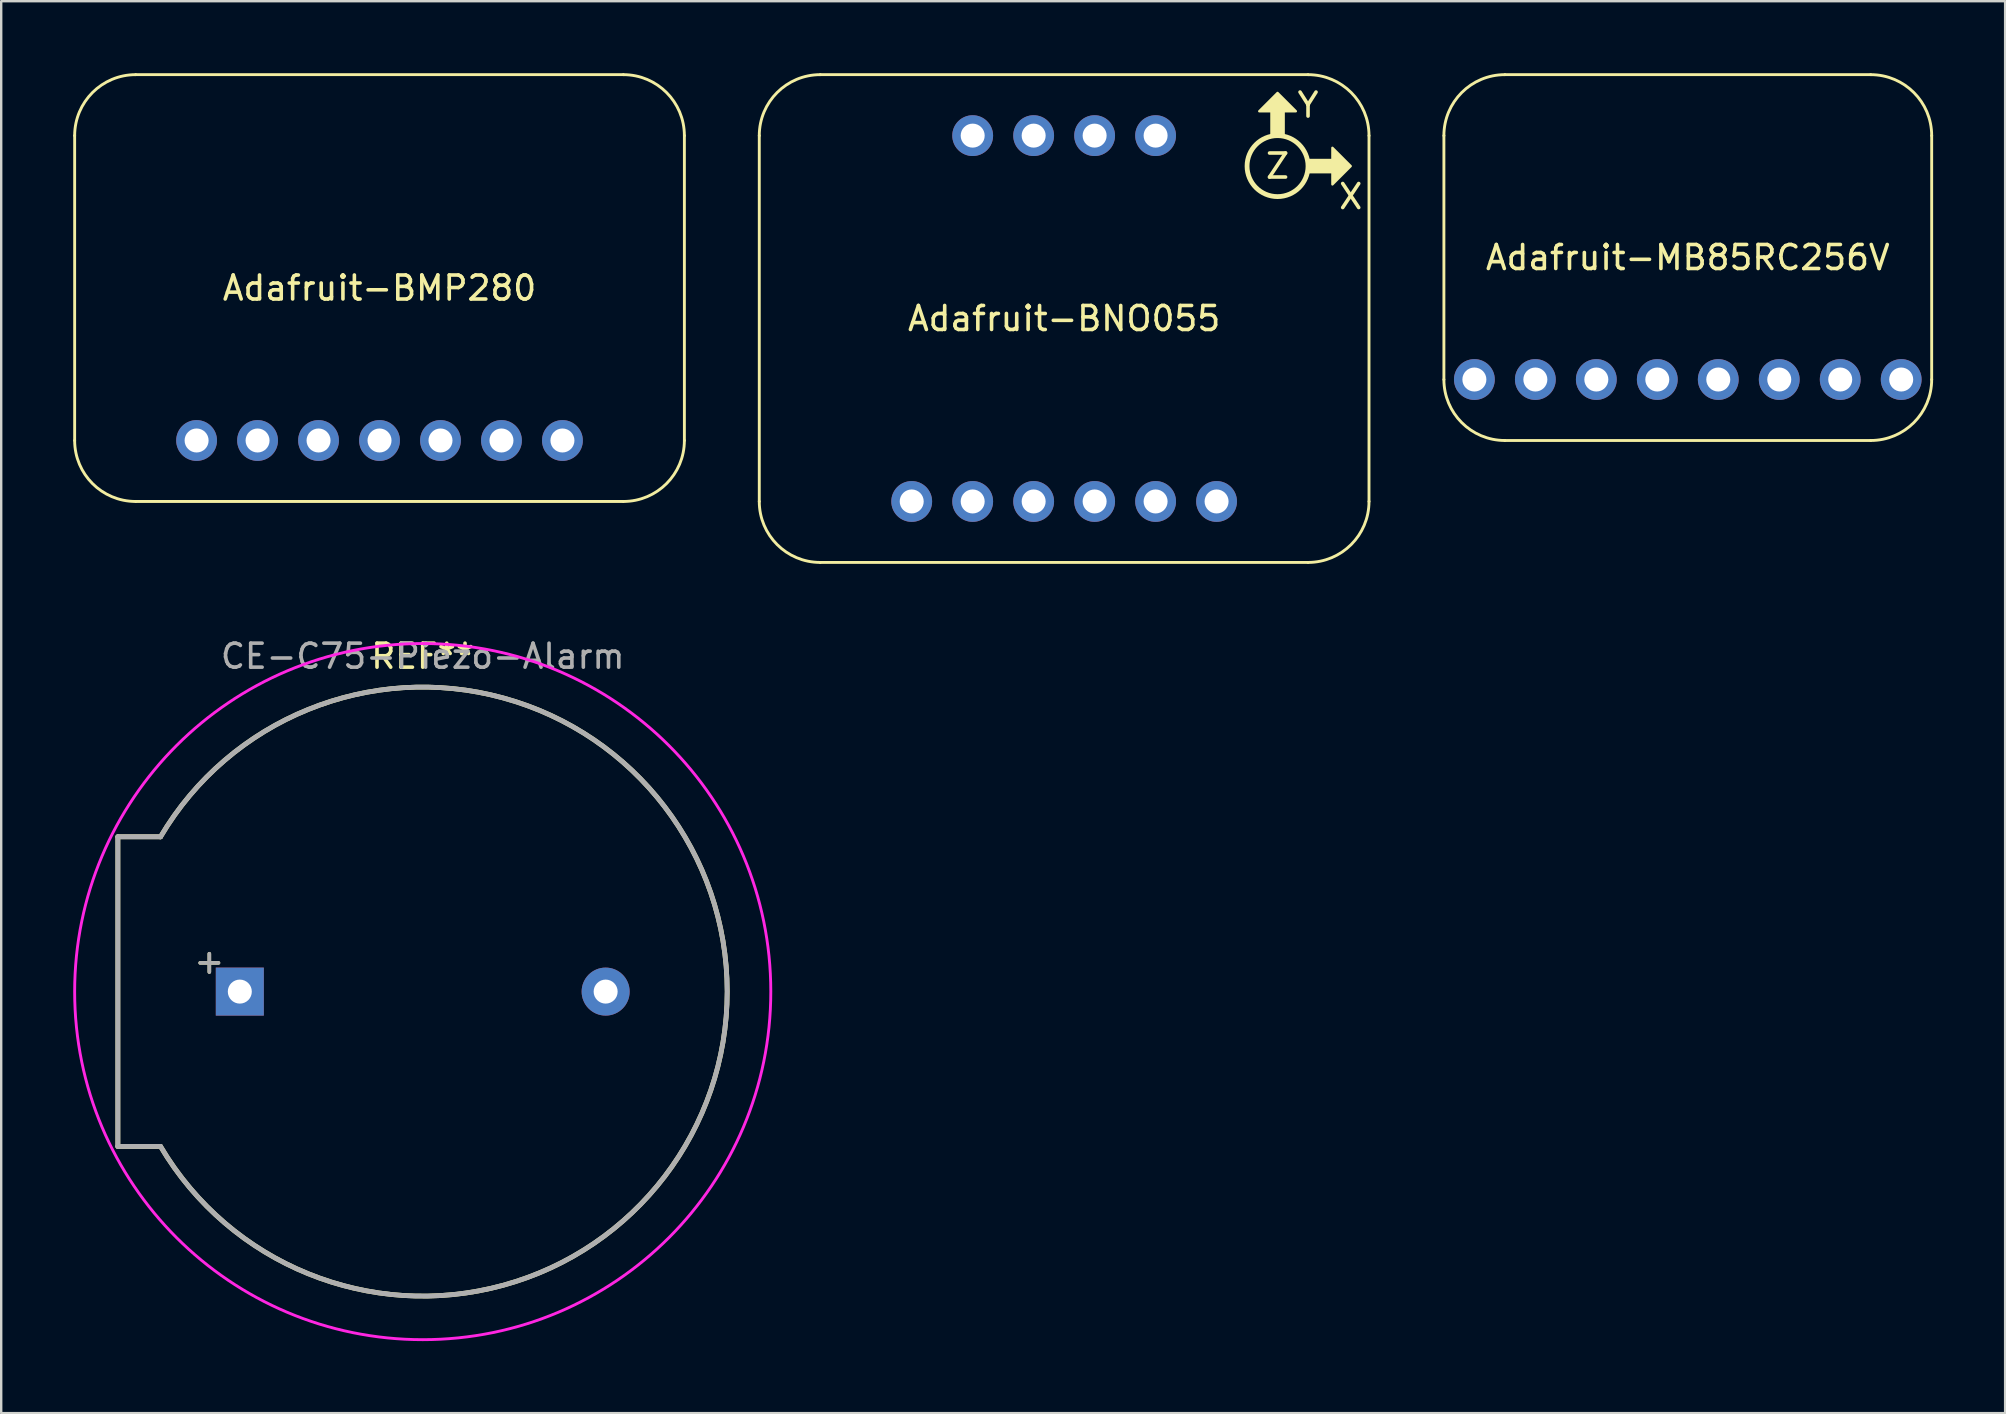
<source format=kicad_pcb>
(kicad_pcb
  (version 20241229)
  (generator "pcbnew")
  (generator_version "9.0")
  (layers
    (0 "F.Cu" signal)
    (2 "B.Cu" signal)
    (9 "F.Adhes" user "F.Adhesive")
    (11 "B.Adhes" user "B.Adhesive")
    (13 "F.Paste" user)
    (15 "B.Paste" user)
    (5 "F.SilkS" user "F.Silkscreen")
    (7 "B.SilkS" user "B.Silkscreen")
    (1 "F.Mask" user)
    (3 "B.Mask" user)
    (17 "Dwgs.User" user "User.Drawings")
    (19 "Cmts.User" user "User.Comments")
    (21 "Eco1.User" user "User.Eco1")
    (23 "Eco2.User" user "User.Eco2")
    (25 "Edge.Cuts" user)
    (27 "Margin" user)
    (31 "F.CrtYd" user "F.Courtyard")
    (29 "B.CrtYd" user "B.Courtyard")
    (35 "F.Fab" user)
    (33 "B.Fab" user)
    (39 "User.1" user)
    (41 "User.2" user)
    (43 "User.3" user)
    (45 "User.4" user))
  (footprint "Adafruit-MB85RC256V"
    (layer "F.Cu")
    (at 67.26 7.68)
    (property "Reference" "Adafruit-MB85RC256V" (at 0 0 0) (layer "F.SilkS") (effects (font (size 1 1) (thickness 0.15))))
    (attr through_hole)
    (fp_line (start -10.16 -5.08) (end -10.16 5.08) (stroke (width 0.12) (type solid)) (layer "F.SilkS"))
    (fp_line (start -7.62 -7.62) (end 7.62 -7.62) (stroke (width 0.12) (type solid)) (layer "F.SilkS"))
    (fp_line (start 7.62 7.62) (end -7.62 7.62) (stroke (width 0.12) (type solid)) (layer "F.SilkS"))
    (fp_line (start 10.16 -5.08) (end 10.16 5.08) (stroke (width 0.12) (type solid)) (layer "F.SilkS"))
    (fp_arc (start -10.16 -5.08) (mid -9.416051 -6.876051) (end -7.62 -7.62) (stroke (width 0.12) (type solid)) (layer "F.SilkS"))
    (fp_arc (start -7.62 7.62) (mid -9.416051 6.876051) (end -10.16 5.08) (stroke (width 0.12) (type solid)) (layer "F.SilkS"))
    (fp_arc (start 7.62 -7.62) (mid 9.416051 -6.876051) (end 10.16 -5.08) (stroke (width 0.12) (type solid)) (layer "F.SilkS"))
    (fp_arc (start 10.16 5.08) (mid 9.416051 6.876051) (end 7.62 7.62) (stroke (width 0.12) (type solid)) (layer "F.SilkS"))
    (pad "1" thru_hole circle (at -8.89 5.08) (size 1.7 1.7) (drill 1) (layers "*.Cu" "*.Mask"))
    (pad "2" thru_hole circle (at -6.35 5.08) (size 1.7 1.7) (drill 1) (layers "*.Cu" "*.Mask"))
    (pad "3" thru_hole circle (at -3.81 5.08) (size 1.7 1.7) (drill 1) (layers "*.Cu" "*.Mask"))
    (pad "4" thru_hole circle (at -1.27 5.08) (size 1.7 1.7) (drill 1) (layers "*.Cu" "*.Mask"))
    (pad "5" thru_hole circle (at 1.27 5.08) (size 1.7 1.7) (drill 1) (layers "*.Cu" "*.Mask"))
    (pad "6" thru_hole circle (at 3.81 5.08) (size 1.7 1.7) (drill 1) (layers "*.Cu" "*.Mask"))
    (pad "7" thru_hole circle (at 6.35 5.08) (size 1.7 1.7) (drill 1) (layers "*.Cu" "*.Mask"))
    (pad "8" thru_hole circle (at 8.89 5.08) (size 1.7 1.7) (drill 1) (layers "*.Cu" "*.Mask")))
  (footprint "Adafruit-BMP280"
    (layer "F.Cu")
    (at 12.76 8.95)
    (property "Reference" "Adafruit-BMP280" (at 0 0 0) (layer "F.SilkS") (effects (font (size 1 1) (thickness 0.15))))
    (attr through_hole)
    (fp_line (start -12.7 6.35) (end -12.7 -6.35) (stroke (width 0.12) (type solid)) (layer "F.SilkS"))
    (fp_line (start -10.16 -8.89) (end 10.16 -8.89) (stroke (width 0.12) (type solid)) (layer "F.SilkS"))
    (fp_line (start 10.16 8.89) (end -10.16 8.89) (stroke (width 0.12) (type solid)) (layer "F.SilkS"))
    (fp_line (start 12.7 -6.35) (end 12.7 6.35) (stroke (width 0.12) (type solid)) (layer "F.SilkS"))
    (fp_arc (start -12.7 -6.35) (mid -11.956051 -8.146051) (end -10.16 -8.89) (stroke (width 0.12) (type solid)) (layer "F.SilkS"))
    (fp_arc (start -10.16 8.89) (mid -11.956051 8.146051) (end -12.7 6.35) (stroke (width 0.12) (type solid)) (layer "F.SilkS"))
    (fp_arc (start 10.16 -8.89) (mid 11.956051 -8.146051) (end 12.7 -6.35) (stroke (width 0.12) (type solid)) (layer "F.SilkS"))
    (fp_arc (start 12.7 6.35) (mid 11.956051 8.146051) (end 10.16 8.89) (stroke (width 0.12) (type solid)) (layer "F.SilkS"))
    (pad "1" thru_hole oval (at -7.62 6.35 90) (size 1.7 1.7) (drill 1) (layers "*.Cu" "*.Mask"))
    (pad "2" thru_hole oval (at -5.08 6.35 90) (size 1.7 1.7) (drill 1) (layers "*.Cu" "*.Mask"))
    (pad "3" thru_hole oval (at -2.54 6.35 90) (size 1.7 1.7) (drill 1) (layers "*.Cu" "*.Mask"))
    (pad "4" thru_hole oval (at 0 6.35 180) (size 1.7 1.7) (drill 1) (layers "*.Cu" "*.Mask"))
    (pad "5" thru_hole oval (at 2.54 6.35 90) (size 1.7 1.7) (drill 1) (layers "*.Cu" "*.Mask"))
    (pad "6" thru_hole oval (at 5.08 6.35 90) (size 1.7 1.7) (drill 1) (layers "*.Cu" "*.Mask"))
    (pad "7" thru_hole oval (at 7.62 6.35 90) (size 1.7 1.7) (drill 1) (layers "*.Cu" "*.Mask")))
  (footprint "Adafruit-BNO055"
    (layer "F.Cu")
    (at 41.28 10.22)
    (property "Reference" "Adafruit-BNO055" (at 0 0 0) (layer "F.SilkS") (effects (font (size 1 1) (thickness 0.15))))
    (attr through_hole)
    (fp_line (start -12.7 7.62) (end -12.7 -7.62) (stroke (width 0.12) (type solid)) (layer "F.SilkS"))
    (fp_line (start -10.16 -10.16) (end 10.16 -10.16) (stroke (width 0.12) (type solid)) (layer "F.SilkS"))
    (fp_line (start 10.16 10.16) (end -10.16 10.16) (stroke (width 0.12) (type solid)) (layer "F.SilkS"))
    (fp_line (start 12.7 -7.62) (end 12.7 7.62) (stroke (width 0.12) (type solid)) (layer "F.SilkS"))
    (fp_arc (start -12.7 -7.62) (mid -11.956051 -9.416051) (end -10.16 -10.16) (stroke (width 0.12) (type solid)) (layer "F.SilkS"))
    (fp_arc (start -10.16 10.16) (mid -11.956051 9.416051) (end -12.7 7.62) (stroke (width 0.12) (type solid)) (layer "F.SilkS"))
    (fp_arc (start 10.16 -10.16) (mid 11.956051 -9.416051) (end 12.7 -7.62) (stroke (width 0.12) (type solid)) (layer "F.SilkS"))
    (fp_arc (start 12.7 7.62) (mid 11.956051 9.416051) (end 10.16 10.16) (stroke (width 0.12) (type solid)) (layer "F.SilkS"))
    (fp_circle (center 8.89 -6.35) (end 10.16 -6.35) (stroke (width 0.2) (type solid)) (fill no) (layer "F.SilkS"))
    (fp_poly (pts (xy 9.652 -8.636) (xy 9.144 -8.636) (xy 9.144 -7.62) (xy 8.636 -7.62) (xy 8.636 -8.636) (xy 8.128 -8.636) (xy 8.89 -9.398)) (stroke (width 0.1) (type solid)) (fill yes) (layer "F.SilkS"))
    (fp_poly (pts (xy 11.176 -5.588) (xy 11.176 -6.096) (xy 10.16 -6.096) (xy 10.16 -6.604) (xy 11.176 -6.604) (xy 11.176 -7.112) (xy 11.938 -6.35)) (stroke (width 0.1) (type solid)) (fill yes) (layer "F.SilkS"))
    (fp_text user "Z" (at 8.89 -6.35 0) (layer "F.SilkS") (effects (font (size 1 1) (thickness 0.15))))
    (fp_text user "Y" (at 10.16 -8.89 0) (layer "F.SilkS") (effects (font (size 1 1) (thickness 0.15))))
    (fp_text user "X" (at 11.938 -5.08 0) (layer "F.SilkS") (effects (font (size 1 1) (thickness 0.15))))
    (pad "1" thru_hole oval (at -6.35 7.62 90) (size 1.7 1.7) (drill 1) (layers "*.Cu" "*.Mask"))
    (pad "2" thru_hole oval (at -3.81 7.62 90) (size 1.7 1.7) (drill 1) (layers "*.Cu" "*.Mask"))
    (pad "3" thru_hole oval (at -1.27 7.62 90) (size 1.7 1.7) (drill 1) (layers "*.Cu" "*.Mask"))
    (pad "4" thru_hole oval (at 1.27 7.62 90) (size 1.7 1.7) (drill 1) (layers "*.Cu" "*.Mask"))
    (pad "5" thru_hole oval (at 3.81 7.62 90) (size 1.7 1.7) (drill 1) (layers "*.Cu" "*.Mask"))
    (pad "6" thru_hole oval (at 6.35 7.62 90) (size 1.7 1.7) (drill 1) (layers "*.Cu" "*.Mask"))
    (pad "7" thru_hole oval (at -3.81 -7.62 90) (size 1.7 1.7) (drill 1) (layers "*.Cu" "*.Mask"))
    (pad "8" thru_hole oval (at -1.27 -7.62 90) (size 1.7 1.7) (drill 1) (layers "*.Cu" "*.Mask"))
    (pad "9" thru_hole oval (at 1.27 -7.62 90) (size 1.7 1.7) (drill 1) (layers "*.Cu" "*.Mask"))
    (pad "10" thru_hole oval (at 3.81 -7.62 90) (size 1.7 1.7) (drill 1) (layers "*.Cu" "*.Mask")))
  (footprint "CE-C75-Piezo-Alarm"
    (layer "F.Cu")
    (at 6.94 38.258)
    (property "Reference" "CE-C75-Piezo-Alarm" (at 7.62 -13.97 0) (layer "F.Fab") (effects (font (size 1 1) (thickness 0.15))))
    (attr through_hole)
    (fp_line (start -5.08 -6.45) (end -5.08 6.45) (stroke (width 0.2) (type solid)) (layer "F.SilkS"))
    (fp_line (start -5.08 -6.45) (end -3.302 -6.45) (stroke (width 0.2) (type solid)) (layer "F.SilkS"))
    (fp_line (start -5.08 6.45) (end -3.302 6.45) (stroke (width 0.2) (type solid)) (layer "F.SilkS"))
    (fp_arc (start -3.305156 -6.444652) (mid 20.304343 -0.003105) (end -3.302 6.45) (stroke (width 0.2) (type solid)) (layer "F.SilkS"))
    (fp_circle (center 7.62 0) (end 22.12 0) (stroke (width 0.12) (type solid)) (fill no) (layer "F.CrtYd"))
    (fp_line (start -5.08 -6.45) (end -5.08 6.45) (stroke (width 0.2) (type solid)) (layer "F.Fab"))
    (fp_line (start -5.08 -6.45) (end -3.302 -6.45) (stroke (width 0.2) (type solid)) (layer "F.Fab"))
    (fp_line (start -5.08 6.45) (end -3.302 6.45) (stroke (width 0.2) (type solid)) (layer "F.Fab"))
    (fp_arc (start -3.305156 -6.444652) (mid 20.304343 -0.003105) (end -3.302 6.45) (stroke (width 0.2) (type solid)) (layer "F.Fab"))
    (fp_text user "+" (at -1.27 -1.27 0) (layer "F.SilkS") (effects (font (size 1 1) (thickness 0.15))))
    (fp_text user "REF**" (at 7.62 -13.97 0) (layer "F.SilkS") (effects (font (size 1 1) (thickness 0.15))))
    (fp_text user "+" (at -1.27 -1.27 0) (layer "F.Fab") (effects (font (size 1 1) (thickness 0.15))))
    (pad "1" thru_hole rect (at 0 0) (size 2 2) (drill 1) (layers "*.Cu" "*.Mask"))
    (pad "2" thru_hole circle (at 15.24 0) (size 2 2) (drill 1) (layers "*.Cu" "*.Mask")))
  (gr_rect
    (start -3 -3)
    (end 80.48 55.818)
    (stroke (width 0.1) (type default))
    (fill no)
    (layer "Edge.Cuts")))
</source>
